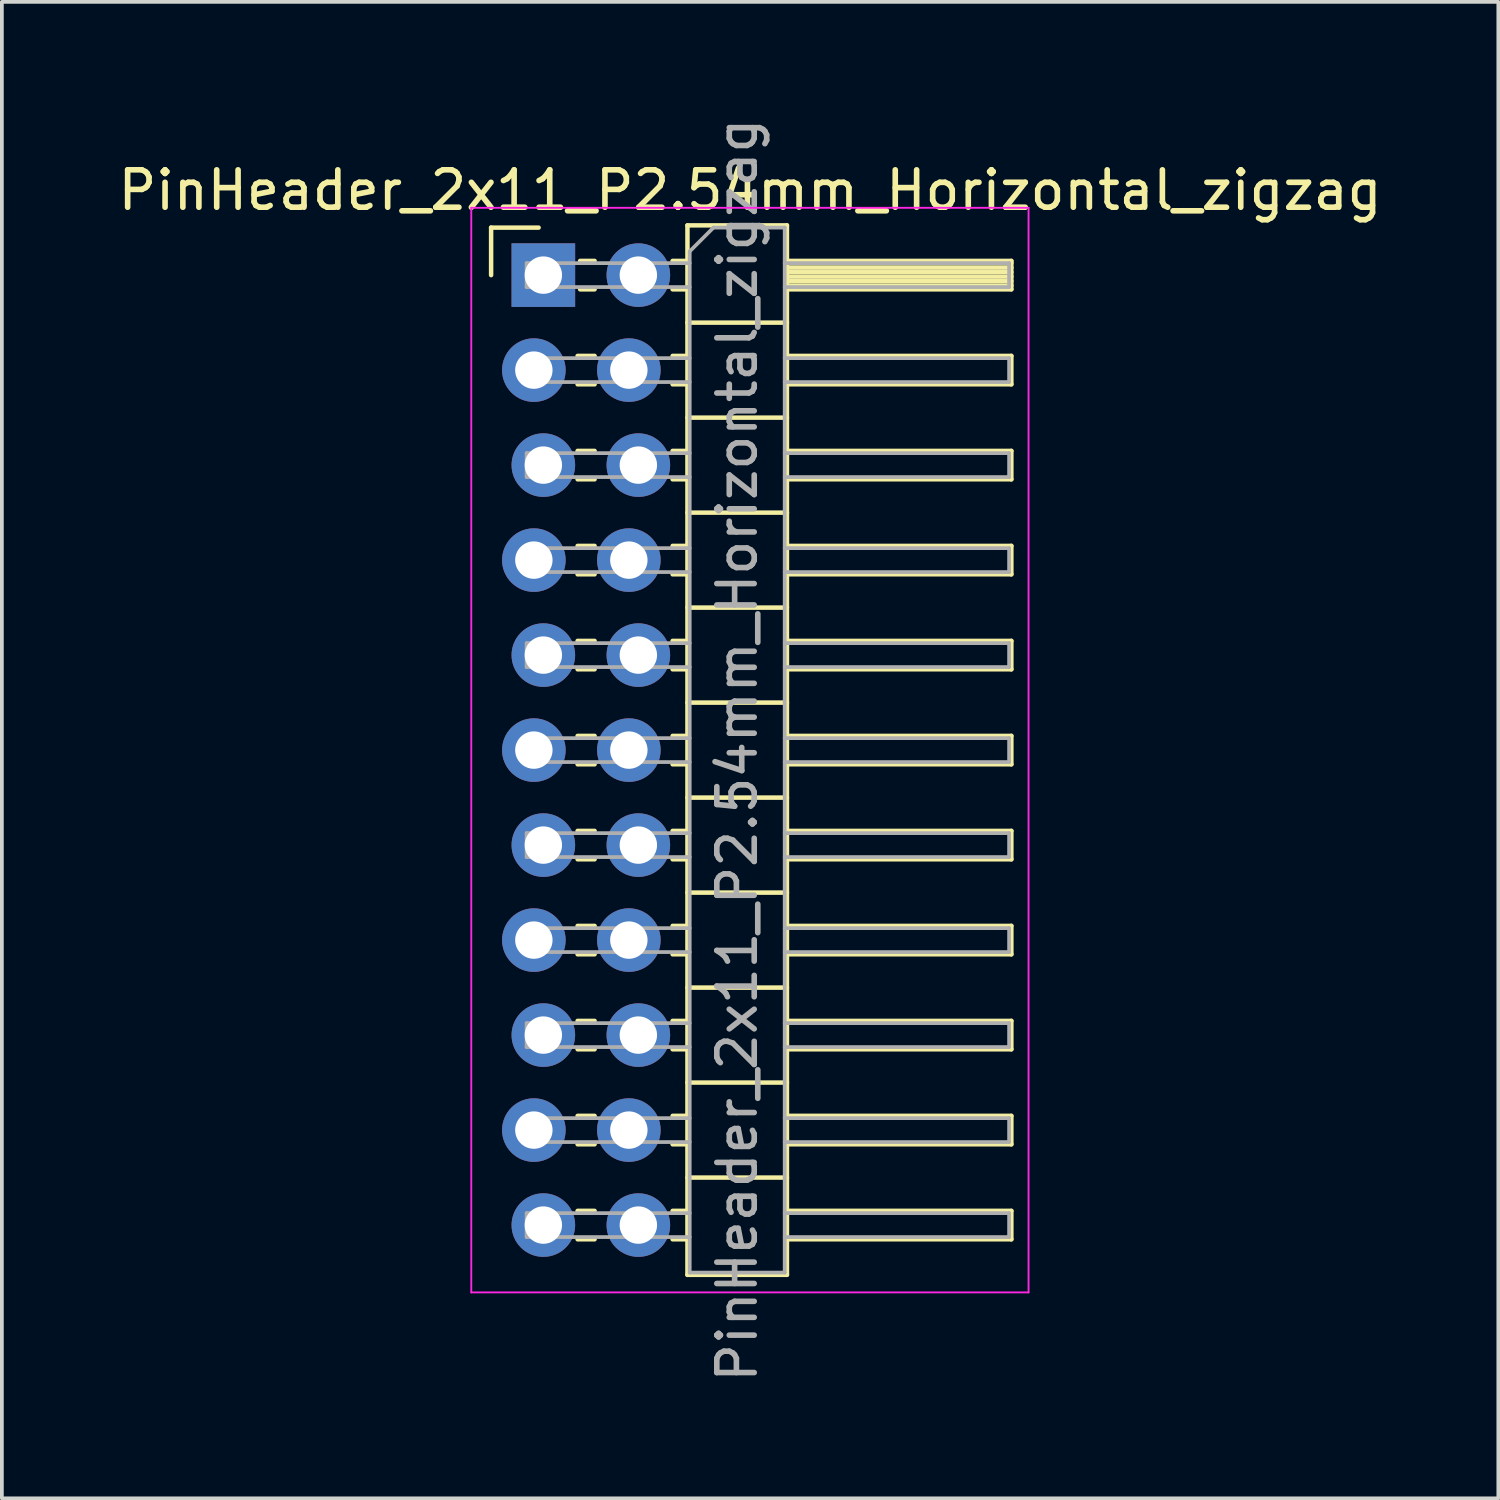
<source format=kicad_pcb>
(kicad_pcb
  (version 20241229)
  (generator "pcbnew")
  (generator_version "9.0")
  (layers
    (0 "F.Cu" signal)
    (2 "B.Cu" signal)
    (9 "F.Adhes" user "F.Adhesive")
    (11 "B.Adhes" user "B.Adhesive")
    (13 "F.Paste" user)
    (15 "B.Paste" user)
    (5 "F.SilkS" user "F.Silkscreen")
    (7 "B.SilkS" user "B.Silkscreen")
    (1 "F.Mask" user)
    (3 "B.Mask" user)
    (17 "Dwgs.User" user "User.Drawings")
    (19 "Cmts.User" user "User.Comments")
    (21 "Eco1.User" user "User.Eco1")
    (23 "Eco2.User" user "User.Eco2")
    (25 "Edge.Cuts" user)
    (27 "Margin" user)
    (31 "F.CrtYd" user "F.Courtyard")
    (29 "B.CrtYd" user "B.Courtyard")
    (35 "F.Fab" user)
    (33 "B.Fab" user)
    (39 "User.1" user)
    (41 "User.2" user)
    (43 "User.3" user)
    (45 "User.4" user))
  (footprint "PinHeader_2x11_P2.54mm_Horizontal_zigzag"
    (layer "F.Cu")
    (at 11.351 4.306)
    (property "Reference" "PinHeader_2x11_P2.54mm_Horizontal_zigzag" (at 5.655 -2.27 0) (layer "F.SilkS") (effects (font (size 1 1) (thickness 0.15))))
    (attr through_hole)
    (fp_line (start -1.27 -1.27) (end 0 -1.27) (stroke (width 0.12) (type solid)) (layer "F.SilkS"))
    (fp_line (start -1.27 0) (end -1.27 -1.27) (stroke (width 0.12) (type solid)) (layer "F.SilkS"))
    (fp_line (start 1.043 2.16) (end 1.497 2.16) (stroke (width 0.12) (type solid)) (layer "F.SilkS"))
    (fp_line (start 1.043 2.92) (end 1.497 2.92) (stroke (width 0.12) (type solid)) (layer "F.SilkS"))
    (fp_line (start 1.043 4.7) (end 1.497 4.7) (stroke (width 0.12) (type solid)) (layer "F.SilkS"))
    (fp_line (start 1.043 5.46) (end 1.497 5.46) (stroke (width 0.12) (type solid)) (layer "F.SilkS"))
    (fp_line (start 1.043 7.24) (end 1.497 7.24) (stroke (width 0.12) (type solid)) (layer "F.SilkS"))
    (fp_line (start 1.043 8) (end 1.497 8) (stroke (width 0.12) (type solid)) (layer "F.SilkS"))
    (fp_line (start 1.043 9.78) (end 1.497 9.78) (stroke (width 0.12) (type solid)) (layer "F.SilkS"))
    (fp_line (start 1.043 10.54) (end 1.497 10.54) (stroke (width 0.12) (type solid)) (layer "F.SilkS"))
    (fp_line (start 1.043 12.32) (end 1.497 12.32) (stroke (width 0.12) (type solid)) (layer "F.SilkS"))
    (fp_line (start 1.043 13.08) (end 1.497 13.08) (stroke (width 0.12) (type solid)) (layer "F.SilkS"))
    (fp_line (start 1.043 14.86) (end 1.497 14.86) (stroke (width 0.12) (type solid)) (layer "F.SilkS"))
    (fp_line (start 1.043 15.62) (end 1.497 15.62) (stroke (width 0.12) (type solid)) (layer "F.SilkS"))
    (fp_line (start 1.043 17.4) (end 1.497 17.4) (stroke (width 0.12) (type solid)) (layer "F.SilkS"))
    (fp_line (start 1.043 18.16) (end 1.497 18.16) (stroke (width 0.12) (type solid)) (layer "F.SilkS"))
    (fp_line (start 1.043 19.94) (end 1.497 19.94) (stroke (width 0.12) (type solid)) (layer "F.SilkS"))
    (fp_line (start 1.043 20.7) (end 1.497 20.7) (stroke (width 0.12) (type solid)) (layer "F.SilkS"))
    (fp_line (start 1.043 22.48) (end 1.497 22.48) (stroke (width 0.12) (type solid)) (layer "F.SilkS"))
    (fp_line (start 1.043 23.24) (end 1.497 23.24) (stroke (width 0.12) (type solid)) (layer "F.SilkS"))
    (fp_line (start 1.043 25.02) (end 1.497 25.02) (stroke (width 0.12) (type solid)) (layer "F.SilkS"))
    (fp_line (start 1.043 25.78) (end 1.497 25.78) (stroke (width 0.12) (type solid)) (layer "F.SilkS"))
    (fp_line (start 1.11 -0.38) (end 1.497 -0.38) (stroke (width 0.12) (type solid)) (layer "F.SilkS"))
    (fp_line (start 1.11 0.38) (end 1.497 0.38) (stroke (width 0.12) (type solid)) (layer "F.SilkS"))
    (fp_line (start 3.583 -0.38) (end 3.98 -0.38) (stroke (width 0.12) (type solid)) (layer "F.SilkS"))
    (fp_line (start 3.583 0.38) (end 3.98 0.38) (stroke (width 0.12) (type solid)) (layer "F.SilkS"))
    (fp_line (start 3.583 2.16) (end 3.98 2.16) (stroke (width 0.12) (type solid)) (layer "F.SilkS"))
    (fp_line (start 3.583 2.92) (end 3.98 2.92) (stroke (width 0.12) (type solid)) (layer "F.SilkS"))
    (fp_line (start 3.583 4.7) (end 3.98 4.7) (stroke (width 0.12) (type solid)) (layer "F.SilkS"))
    (fp_line (start 3.583 5.46) (end 3.98 5.46) (stroke (width 0.12) (type solid)) (layer "F.SilkS"))
    (fp_line (start 3.583 7.24) (end 3.98 7.24) (stroke (width 0.12) (type solid)) (layer "F.SilkS"))
    (fp_line (start 3.583 8) (end 3.98 8) (stroke (width 0.12) (type solid)) (layer "F.SilkS"))
    (fp_line (start 3.583 9.78) (end 3.98 9.78) (stroke (width 0.12) (type solid)) (layer "F.SilkS"))
    (fp_line (start 3.583 10.54) (end 3.98 10.54) (stroke (width 0.12) (type solid)) (layer "F.SilkS"))
    (fp_line (start 3.583 12.32) (end 3.98 12.32) (stroke (width 0.12) (type solid)) (layer "F.SilkS"))
    (fp_line (start 3.583 13.08) (end 3.98 13.08) (stroke (width 0.12) (type solid)) (layer "F.SilkS"))
    (fp_line (start 3.583 14.86) (end 3.98 14.86) (stroke (width 0.12) (type solid)) (layer "F.SilkS"))
    (fp_line (start 3.583 15.62) (end 3.98 15.62) (stroke (width 0.12) (type solid)) (layer "F.SilkS"))
    (fp_line (start 3.583 17.4) (end 3.98 17.4) (stroke (width 0.12) (type solid)) (layer "F.SilkS"))
    (fp_line (start 3.583 18.16) (end 3.98 18.16) (stroke (width 0.12) (type solid)) (layer "F.SilkS"))
    (fp_line (start 3.583 19.94) (end 3.98 19.94) (stroke (width 0.12) (type solid)) (layer "F.SilkS"))
    (fp_line (start 3.583 20.7) (end 3.98 20.7) (stroke (width 0.12) (type solid)) (layer "F.SilkS"))
    (fp_line (start 3.583 22.48) (end 3.98 22.48) (stroke (width 0.12) (type solid)) (layer "F.SilkS"))
    (fp_line (start 3.583 23.24) (end 3.98 23.24) (stroke (width 0.12) (type solid)) (layer "F.SilkS"))
    (fp_line (start 3.583 25.02) (end 3.98 25.02) (stroke (width 0.12) (type solid)) (layer "F.SilkS"))
    (fp_line (start 3.583 25.78) (end 3.98 25.78) (stroke (width 0.12) (type solid)) (layer "F.SilkS"))
    (fp_line (start 3.98 -1.33) (end 3.98 26.73) (stroke (width 0.12) (type solid)) (layer "F.SilkS"))
    (fp_line (start 3.98 1.27) (end 6.64 1.27) (stroke (width 0.12) (type solid)) (layer "F.SilkS"))
    (fp_line (start 3.98 3.81) (end 6.64 3.81) (stroke (width 0.12) (type solid)) (layer "F.SilkS"))
    (fp_line (start 3.98 6.35) (end 6.64 6.35) (stroke (width 0.12) (type solid)) (layer "F.SilkS"))
    (fp_line (start 3.98 8.89) (end 6.64 8.89) (stroke (width 0.12) (type solid)) (layer "F.SilkS"))
    (fp_line (start 3.98 11.43) (end 6.64 11.43) (stroke (width 0.12) (type solid)) (layer "F.SilkS"))
    (fp_line (start 3.98 13.97) (end 6.64 13.97) (stroke (width 0.12) (type solid)) (layer "F.SilkS"))
    (fp_line (start 3.98 16.51) (end 6.64 16.51) (stroke (width 0.12) (type solid)) (layer "F.SilkS"))
    (fp_line (start 3.98 19.05) (end 6.64 19.05) (stroke (width 0.12) (type solid)) (layer "F.SilkS"))
    (fp_line (start 3.98 21.59) (end 6.64 21.59) (stroke (width 0.12) (type solid)) (layer "F.SilkS"))
    (fp_line (start 3.98 24.13) (end 6.64 24.13) (stroke (width 0.12) (type solid)) (layer "F.SilkS"))
    (fp_line (start 3.98 26.73) (end 6.64 26.73) (stroke (width 0.12) (type solid)) (layer "F.SilkS"))
    (fp_line (start 6.64 -1.33) (end 3.98 -1.33) (stroke (width 0.12) (type solid)) (layer "F.SilkS"))
    (fp_line (start 6.64 -0.38) (end 12.64 -0.38) (stroke (width 0.12) (type solid)) (layer "F.SilkS"))
    (fp_line (start 6.64 -0.32) (end 12.64 -0.32) (stroke (width 0.12) (type solid)) (layer "F.SilkS"))
    (fp_line (start 6.64 -0.2) (end 12.64 -0.2) (stroke (width 0.12) (type solid)) (layer "F.SilkS"))
    (fp_line (start 6.64 -0.08) (end 12.64 -0.08) (stroke (width 0.12) (type solid)) (layer "F.SilkS"))
    (fp_line (start 6.64 0.04) (end 12.64 0.04) (stroke (width 0.12) (type solid)) (layer "F.SilkS"))
    (fp_line (start 6.64 0.16) (end 12.64 0.16) (stroke (width 0.12) (type solid)) (layer "F.SilkS"))
    (fp_line (start 6.64 0.28) (end 12.64 0.28) (stroke (width 0.12) (type solid)) (layer "F.SilkS"))
    (fp_line (start 6.64 2.16) (end 12.64 2.16) (stroke (width 0.12) (type solid)) (layer "F.SilkS"))
    (fp_line (start 6.64 4.7) (end 12.64 4.7) (stroke (width 0.12) (type solid)) (layer "F.SilkS"))
    (fp_line (start 6.64 7.24) (end 12.64 7.24) (stroke (width 0.12) (type solid)) (layer "F.SilkS"))
    (fp_line (start 6.64 9.78) (end 12.64 9.78) (stroke (width 0.12) (type solid)) (layer "F.SilkS"))
    (fp_line (start 6.64 12.32) (end 12.64 12.32) (stroke (width 0.12) (type solid)) (layer "F.SilkS"))
    (fp_line (start 6.64 14.86) (end 12.64 14.86) (stroke (width 0.12) (type solid)) (layer "F.SilkS"))
    (fp_line (start 6.64 17.4) (end 12.64 17.4) (stroke (width 0.12) (type solid)) (layer "F.SilkS"))
    (fp_line (start 6.64 19.94) (end 12.64 19.94) (stroke (width 0.12) (type solid)) (layer "F.SilkS"))
    (fp_line (start 6.64 22.48) (end 12.64 22.48) (stroke (width 0.12) (type solid)) (layer "F.SilkS"))
    (fp_line (start 6.64 25.02) (end 12.64 25.02) (stroke (width 0.12) (type solid)) (layer "F.SilkS"))
    (fp_line (start 6.64 26.73) (end 6.64 -1.33) (stroke (width 0.12) (type solid)) (layer "F.SilkS"))
    (fp_line (start 12.64 -0.38) (end 12.64 0.38) (stroke (width 0.12) (type solid)) (layer "F.SilkS"))
    (fp_line (start 12.64 0.38) (end 6.64 0.38) (stroke (width 0.12) (type solid)) (layer "F.SilkS"))
    (fp_line (start 12.64 2.16) (end 12.64 2.92) (stroke (width 0.12) (type solid)) (layer "F.SilkS"))
    (fp_line (start 12.64 2.92) (end 6.64 2.92) (stroke (width 0.12) (type solid)) (layer "F.SilkS"))
    (fp_line (start 12.64 4.7) (end 12.64 5.46) (stroke (width 0.12) (type solid)) (layer "F.SilkS"))
    (fp_line (start 12.64 5.46) (end 6.64 5.46) (stroke (width 0.12) (type solid)) (layer "F.SilkS"))
    (fp_line (start 12.64 7.24) (end 12.64 8) (stroke (width 0.12) (type solid)) (layer "F.SilkS"))
    (fp_line (start 12.64 8) (end 6.64 8) (stroke (width 0.12) (type solid)) (layer "F.SilkS"))
    (fp_line (start 12.64 9.78) (end 12.64 10.54) (stroke (width 0.12) (type solid)) (layer "F.SilkS"))
    (fp_line (start 12.64 10.54) (end 6.64 10.54) (stroke (width 0.12) (type solid)) (layer "F.SilkS"))
    (fp_line (start 12.64 12.32) (end 12.64 13.08) (stroke (width 0.12) (type solid)) (layer "F.SilkS"))
    (fp_line (start 12.64 13.08) (end 6.64 13.08) (stroke (width 0.12) (type solid)) (layer "F.SilkS"))
    (fp_line (start 12.64 14.86) (end 12.64 15.62) (stroke (width 0.12) (type solid)) (layer "F.SilkS"))
    (fp_line (start 12.64 15.62) (end 6.64 15.62) (stroke (width 0.12) (type solid)) (layer "F.SilkS"))
    (fp_line (start 12.64 17.4) (end 12.64 18.16) (stroke (width 0.12) (type solid)) (layer "F.SilkS"))
    (fp_line (start 12.64 18.16) (end 6.64 18.16) (stroke (width 0.12) (type solid)) (layer "F.SilkS"))
    (fp_line (start 12.64 19.94) (end 12.64 20.7) (stroke (width 0.12) (type solid)) (layer "F.SilkS"))
    (fp_line (start 12.64 20.7) (end 6.64 20.7) (stroke (width 0.12) (type solid)) (layer "F.SilkS"))
    (fp_line (start 12.64 22.48) (end 12.64 23.24) (stroke (width 0.12) (type solid)) (layer "F.SilkS"))
    (fp_line (start 12.64 23.24) (end 6.64 23.24) (stroke (width 0.12) (type solid)) (layer "F.SilkS"))
    (fp_line (start 12.64 25.02) (end 12.64 25.78) (stroke (width 0.12) (type solid)) (layer "F.SilkS"))
    (fp_line (start 12.64 25.78) (end 6.64 25.78) (stroke (width 0.12) (type solid)) (layer "F.SilkS"))
    (fp_line (start -1.8 -1.8) (end -1.8 27.2) (stroke (width 0.05) (type solid)) (layer "F.CrtYd"))
    (fp_line (start -1.8 27.2) (end 13.1 27.2) (stroke (width 0.05) (type solid)) (layer "F.CrtYd"))
    (fp_line (start 13.1 -1.8) (end -1.8 -1.8) (stroke (width 0.05) (type solid)) (layer "F.CrtYd"))
    (fp_line (start 13.1 27.2) (end 13.1 -1.8) (stroke (width 0.05) (type solid)) (layer "F.CrtYd"))
    (fp_line (start -0.32 -0.32) (end -0.32 0.32) (stroke (width 0.1) (type solid)) (layer "F.Fab"))
    (fp_line (start -0.32 -0.32) (end 4.04 -0.32) (stroke (width 0.1) (type solid)) (layer "F.Fab"))
    (fp_line (start -0.32 0.32) (end 4.04 0.32) (stroke (width 0.1) (type solid)) (layer "F.Fab"))
    (fp_line (start -0.32 2.22) (end -0.32 2.86) (stroke (width 0.1) (type solid)) (layer "F.Fab"))
    (fp_line (start -0.32 2.22) (end 4.04 2.22) (stroke (width 0.1) (type solid)) (layer "F.Fab"))
    (fp_line (start -0.32 2.86) (end 4.04 2.86) (stroke (width 0.1) (type solid)) (layer "F.Fab"))
    (fp_line (start -0.32 4.76) (end -0.32 5.4) (stroke (width 0.1) (type solid)) (layer "F.Fab"))
    (fp_line (start -0.32 4.76) (end 4.04 4.76) (stroke (width 0.1) (type solid)) (layer "F.Fab"))
    (fp_line (start -0.32 5.4) (end 4.04 5.4) (stroke (width 0.1) (type solid)) (layer "F.Fab"))
    (fp_line (start -0.32 7.3) (end -0.32 7.94) (stroke (width 0.1) (type solid)) (layer "F.Fab"))
    (fp_line (start -0.32 7.3) (end 4.04 7.3) (stroke (width 0.1) (type solid)) (layer "F.Fab"))
    (fp_line (start -0.32 7.94) (end 4.04 7.94) (stroke (width 0.1) (type solid)) (layer "F.Fab"))
    (fp_line (start -0.32 9.84) (end -0.32 10.48) (stroke (width 0.1) (type solid)) (layer "F.Fab"))
    (fp_line (start -0.32 9.84) (end 4.04 9.84) (stroke (width 0.1) (type solid)) (layer "F.Fab"))
    (fp_line (start -0.32 10.48) (end 4.04 10.48) (stroke (width 0.1) (type solid)) (layer "F.Fab"))
    (fp_line (start -0.32 12.38) (end -0.32 13.02) (stroke (width 0.1) (type solid)) (layer "F.Fab"))
    (fp_line (start -0.32 12.38) (end 4.04 12.38) (stroke (width 0.1) (type solid)) (layer "F.Fab"))
    (fp_line (start -0.32 13.02) (end 4.04 13.02) (stroke (width 0.1) (type solid)) (layer "F.Fab"))
    (fp_line (start -0.32 14.92) (end -0.32 15.56) (stroke (width 0.1) (type solid)) (layer "F.Fab"))
    (fp_line (start -0.32 14.92) (end 4.04 14.92) (stroke (width 0.1) (type solid)) (layer "F.Fab"))
    (fp_line (start -0.32 15.56) (end 4.04 15.56) (stroke (width 0.1) (type solid)) (layer "F.Fab"))
    (fp_line (start -0.32 17.46) (end -0.32 18.1) (stroke (width 0.1) (type solid)) (layer "F.Fab"))
    (fp_line (start -0.32 17.46) (end 4.04 17.46) (stroke (width 0.1) (type solid)) (layer "F.Fab"))
    (fp_line (start -0.32 18.1) (end 4.04 18.1) (stroke (width 0.1) (type solid)) (layer "F.Fab"))
    (fp_line (start -0.32 20) (end -0.32 20.64) (stroke (width 0.1) (type solid)) (layer "F.Fab"))
    (fp_line (start -0.32 20) (end 4.04 20) (stroke (width 0.1) (type solid)) (layer "F.Fab"))
    (fp_line (start -0.32 20.64) (end 4.04 20.64) (stroke (width 0.1) (type solid)) (layer "F.Fab"))
    (fp_line (start -0.32 22.54) (end -0.32 23.18) (stroke (width 0.1) (type solid)) (layer "F.Fab"))
    (fp_line (start -0.32 22.54) (end 4.04 22.54) (stroke (width 0.1) (type solid)) (layer "F.Fab"))
    (fp_line (start -0.32 23.18) (end 4.04 23.18) (stroke (width 0.1) (type solid)) (layer "F.Fab"))
    (fp_line (start -0.32 25.08) (end -0.32 25.72) (stroke (width 0.1) (type solid)) (layer "F.Fab"))
    (fp_line (start -0.32 25.08) (end 4.04 25.08) (stroke (width 0.1) (type solid)) (layer "F.Fab"))
    (fp_line (start -0.32 25.72) (end 4.04 25.72) (stroke (width 0.1) (type solid)) (layer "F.Fab"))
    (fp_line (start 4.04 -0.635) (end 4.675 -1.27) (stroke (width 0.1) (type solid)) (layer "F.Fab"))
    (fp_line (start 4.04 26.67) (end 4.04 -0.635) (stroke (width 0.1) (type solid)) (layer "F.Fab"))
    (fp_line (start 4.675 -1.27) (end 6.58 -1.27) (stroke (width 0.1) (type solid)) (layer "F.Fab"))
    (fp_line (start 6.58 -1.27) (end 6.58 26.67) (stroke (width 0.1) (type solid)) (layer "F.Fab"))
    (fp_line (start 6.58 -0.32) (end 12.58 -0.32) (stroke (width 0.1) (type solid)) (layer "F.Fab"))
    (fp_line (start 6.58 0.32) (end 12.58 0.32) (stroke (width 0.1) (type solid)) (layer "F.Fab"))
    (fp_line (start 6.58 2.22) (end 12.58 2.22) (stroke (width 0.1) (type solid)) (layer "F.Fab"))
    (fp_line (start 6.58 2.86) (end 12.58 2.86) (stroke (width 0.1) (type solid)) (layer "F.Fab"))
    (fp_line (start 6.58 4.76) (end 12.58 4.76) (stroke (width 0.1) (type solid)) (layer "F.Fab"))
    (fp_line (start 6.58 5.4) (end 12.58 5.4) (stroke (width 0.1) (type solid)) (layer "F.Fab"))
    (fp_line (start 6.58 7.3) (end 12.58 7.3) (stroke (width 0.1) (type solid)) (layer "F.Fab"))
    (fp_line (start 6.58 7.94) (end 12.58 7.94) (stroke (width 0.1) (type solid)) (layer "F.Fab"))
    (fp_line (start 6.58 9.84) (end 12.58 9.84) (stroke (width 0.1) (type solid)) (layer "F.Fab"))
    (fp_line (start 6.58 10.48) (end 12.58 10.48) (stroke (width 0.1) (type solid)) (layer "F.Fab"))
    (fp_line (start 6.58 12.38) (end 12.58 12.38) (stroke (width 0.1) (type solid)) (layer "F.Fab"))
    (fp_line (start 6.58 13.02) (end 12.58 13.02) (stroke (width 0.1) (type solid)) (layer "F.Fab"))
    (fp_line (start 6.58 14.92) (end 12.58 14.92) (stroke (width 0.1) (type solid)) (layer "F.Fab"))
    (fp_line (start 6.58 15.56) (end 12.58 15.56) (stroke (width 0.1) (type solid)) (layer "F.Fab"))
    (fp_line (start 6.58 17.46) (end 12.58 17.46) (stroke (width 0.1) (type solid)) (layer "F.Fab"))
    (fp_line (start 6.58 18.1) (end 12.58 18.1) (stroke (width 0.1) (type solid)) (layer "F.Fab"))
    (fp_line (start 6.58 20) (end 12.58 20) (stroke (width 0.1) (type solid)) (layer "F.Fab"))
    (fp_line (start 6.58 20.64) (end 12.58 20.64) (stroke (width 0.1) (type solid)) (layer "F.Fab"))
    (fp_line (start 6.58 22.54) (end 12.58 22.54) (stroke (width 0.1) (type solid)) (layer "F.Fab"))
    (fp_line (start 6.58 23.18) (end 12.58 23.18) (stroke (width 0.1) (type solid)) (layer "F.Fab"))
    (fp_line (start 6.58 25.08) (end 12.58 25.08) (stroke (width 0.1) (type solid)) (layer "F.Fab"))
    (fp_line (start 6.58 25.72) (end 12.58 25.72) (stroke (width 0.1) (type solid)) (layer "F.Fab"))
    (fp_line (start 6.58 26.67) (end 4.04 26.67) (stroke (width 0.1) (type solid)) (layer "F.Fab"))
    (fp_line (start 12.58 -0.32) (end 12.58 0.32) (stroke (width 0.1) (type solid)) (layer "F.Fab"))
    (fp_line (start 12.58 2.22) (end 12.58 2.86) (stroke (width 0.1) (type solid)) (layer "F.Fab"))
    (fp_line (start 12.58 4.76) (end 12.58 5.4) (stroke (width 0.1) (type solid)) (layer "F.Fab"))
    (fp_line (start 12.58 7.3) (end 12.58 7.94) (stroke (width 0.1) (type solid)) (layer "F.Fab"))
    (fp_line (start 12.58 9.84) (end 12.58 10.48) (stroke (width 0.1) (type solid)) (layer "F.Fab"))
    (fp_line (start 12.58 12.38) (end 12.58 13.02) (stroke (width 0.1) (type solid)) (layer "F.Fab"))
    (fp_line (start 12.58 14.92) (end 12.58 15.56) (stroke (width 0.1) (type solid)) (layer "F.Fab"))
    (fp_line (start 12.58 17.46) (end 12.58 18.1) (stroke (width 0.1) (type solid)) (layer "F.Fab"))
    (fp_line (start 12.58 20) (end 12.58 20.64) (stroke (width 0.1) (type solid)) (layer "F.Fab"))
    (fp_line (start 12.58 22.54) (end 12.58 23.18) (stroke (width 0.1) (type solid)) (layer "F.Fab"))
    (fp_line (start 12.58 25.08) (end 12.58 25.72) (stroke (width 0.1) (type solid)) (layer "F.Fab"))
    (fp_text user "${REFERENCE}" (at 5.31 12.7 90) (layer "F.Fab") (effects (font (size 1 1) (thickness 0.15))))
    (pad "1" thru_hole rect (at 0.127 0) (size 1.7 1.7) (drill 1) (layers "*.Cu" "*.Mask"))
    (pad "2" thru_hole oval (at 2.667 0) (size 1.7 1.7) (drill 1) (layers "*.Cu" "*.Mask"))
    (pad "3" thru_hole oval (at -0.127 2.54) (size 1.7 1.7) (drill 1) (layers "*.Cu" "*.Mask"))
    (pad "4" thru_hole oval (at 2.413 2.54) (size 1.7 1.7) (drill 1) (layers "*.Cu" "*.Mask"))
    (pad "5" thru_hole oval (at 0.127 5.08) (size 1.7 1.7) (drill 1) (layers "*.Cu" "*.Mask"))
    (pad "6" thru_hole oval (at 2.667 5.08) (size 1.7 1.7) (drill 1) (layers "*.Cu" "*.Mask"))
    (pad "7" thru_hole oval (at -0.127 7.62) (size 1.7 1.7) (drill 1) (layers "*.Cu" "*.Mask"))
    (pad "8" thru_hole oval (at 2.413 7.62) (size 1.7 1.7) (drill 1) (layers "*.Cu" "*.Mask"))
    (pad "9" thru_hole oval (at 0.127 10.16) (size 1.7 1.7) (drill 1) (layers "*.Cu" "*.Mask"))
    (pad "10" thru_hole oval (at 2.667 10.16) (size 1.7 1.7) (drill 1) (layers "*.Cu" "*.Mask"))
    (pad "11" thru_hole oval (at -0.127 12.7) (size 1.7 1.7) (drill 1) (layers "*.Cu" "*.Mask"))
    (pad "12" thru_hole oval (at 2.413 12.7) (size 1.7 1.7) (drill 1) (layers "*.Cu" "*.Mask"))
    (pad "13" thru_hole oval (at 0.127 15.24) (size 1.7 1.7) (drill 1) (layers "*.Cu" "*.Mask"))
    (pad "14" thru_hole oval (at 2.667 15.24) (size 1.7 1.7) (drill 1) (layers "*.Cu" "*.Mask"))
    (pad "15" thru_hole oval (at -0.127 17.78) (size 1.7 1.7) (drill 1) (layers "*.Cu" "*.Mask"))
    (pad "16" thru_hole oval (at 2.413 17.78) (size 1.7 1.7) (drill 1) (layers "*.Cu" "*.Mask"))
    (pad "17" thru_hole oval (at 0.127 20.32) (size 1.7 1.7) (drill 1) (layers "*.Cu" "*.Mask"))
    (pad "18" thru_hole oval (at 2.667 20.32) (size 1.7 1.7) (drill 1) (layers "*.Cu" "*.Mask"))
    (pad "19" thru_hole oval (at -0.127 22.86) (size 1.7 1.7) (drill 1) (layers "*.Cu" "*.Mask"))
    (pad "20" thru_hole oval (at 2.413 22.86) (size 1.7 1.7) (drill 1) (layers "*.Cu" "*.Mask"))
    (pad "21" thru_hole oval (at 0.127 25.4) (size 1.7 1.7) (drill 1) (layers "*.Cu" "*.Mask"))
    (pad "22" thru_hole oval (at 2.667 25.4) (size 1.7 1.7) (drill 1) (layers "*.Cu" "*.Mask")))
  (gr_rect
    (start -3 -3)
    (end 37.012 37.012)
    (stroke (width 0.1) (type default))
    (fill no)
    (layer "Edge.Cuts")))
</source>
